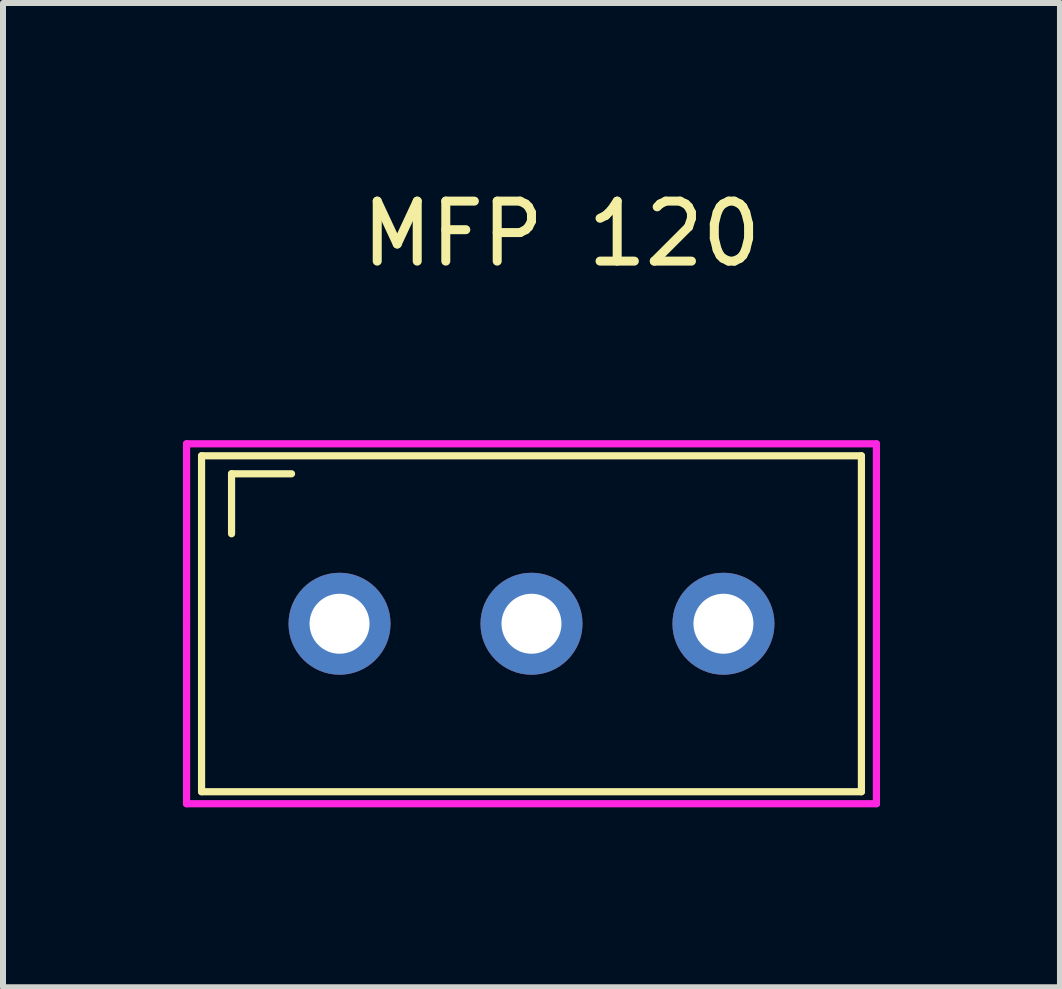
<source format=kicad_pcb>
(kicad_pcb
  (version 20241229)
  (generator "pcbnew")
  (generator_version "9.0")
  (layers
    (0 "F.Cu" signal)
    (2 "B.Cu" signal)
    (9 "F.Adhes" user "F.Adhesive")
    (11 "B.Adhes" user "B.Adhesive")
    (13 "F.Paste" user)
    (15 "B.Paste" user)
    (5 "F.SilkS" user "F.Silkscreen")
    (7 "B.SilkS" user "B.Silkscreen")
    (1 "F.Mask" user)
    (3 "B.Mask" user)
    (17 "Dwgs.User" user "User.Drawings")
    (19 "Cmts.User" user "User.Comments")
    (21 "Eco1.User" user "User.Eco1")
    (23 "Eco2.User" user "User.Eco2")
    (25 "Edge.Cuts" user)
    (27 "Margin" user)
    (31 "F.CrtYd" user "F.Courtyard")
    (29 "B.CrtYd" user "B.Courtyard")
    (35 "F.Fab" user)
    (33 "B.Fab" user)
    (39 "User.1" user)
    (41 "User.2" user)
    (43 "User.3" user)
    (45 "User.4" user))
  (footprint "MFP 120"
    (layer "F.Cu")
    (at 5.81 7.348)
    (property "Reference" "MFP 120" (at 0.5 -6.5 0) (unlocked yes) (layer "F.SilkS") (effects (font (size 1 1) (thickness 0.15))))
    (attr smd)
    (fp_line (start -5.5 -2.8) (end -5.5 2.8) (stroke (width 0.12) (type solid)) (layer "F.SilkS"))
    (fp_line (start -5 -2.5) (end -4 -2.5) (stroke (width 0.12) (type solid)) (layer "F.SilkS"))
    (fp_line (start -5 -1.5) (end -5 -2.5) (stroke (width 0.12) (type solid)) (layer "F.SilkS"))
    (fp_line (start 5.5 -2.8) (end -5.5 -2.8) (stroke (width 0.12) (type solid)) (layer "F.SilkS"))
    (fp_line (start 5.5 2.8) (end -5.5 2.8) (stroke (width 0.12) (type solid)) (layer "F.SilkS"))
    (fp_line (start 5.5 2.8) (end 5.5 -2.8) (stroke (width 0.12) (type solid)) (layer "F.SilkS"))
    (fp_line (start -5.75 -3) (end 5.75 -3) (stroke (width 0.12) (type solid)) (layer "F.CrtYd"))
    (fp_line (start -5.75 0) (end -5.75 -3) (stroke (width 0.12) (type solid)) (layer "F.CrtYd"))
    (fp_line (start -5.75 3) (end -5.75 0) (stroke (width 0.12) (type solid)) (layer "F.CrtYd"))
    (fp_line (start 5.75 -3) (end 5.75 3) (stroke (width 0.12) (type solid)) (layer "F.CrtYd"))
    (fp_line (start 5.75 3) (end -5.75 3) (stroke (width 0.12) (type solid)) (layer "F.CrtYd"))
    (pad "1" thru_hole circle (at -3.2 0) (size 1.7 1.7) (drill 1) (layers "*.Cu" "*.Mask"))
    (pad "2" thru_hole circle (at 0 0) (size 1.7 1.7) (drill 1) (layers "*.Cu" "*.Mask"))
    (pad "3" thru_hole circle (at 3.2 0) (size 1.7 1.7) (drill 1) (layers "*.Cu" "*.Mask")))
  (gr_rect
    (start -3 -3)
    (end 14.62 13.408)
    (stroke (width 0.1) (type default))
    (fill no)
    (layer "Edge.Cuts")))
</source>
